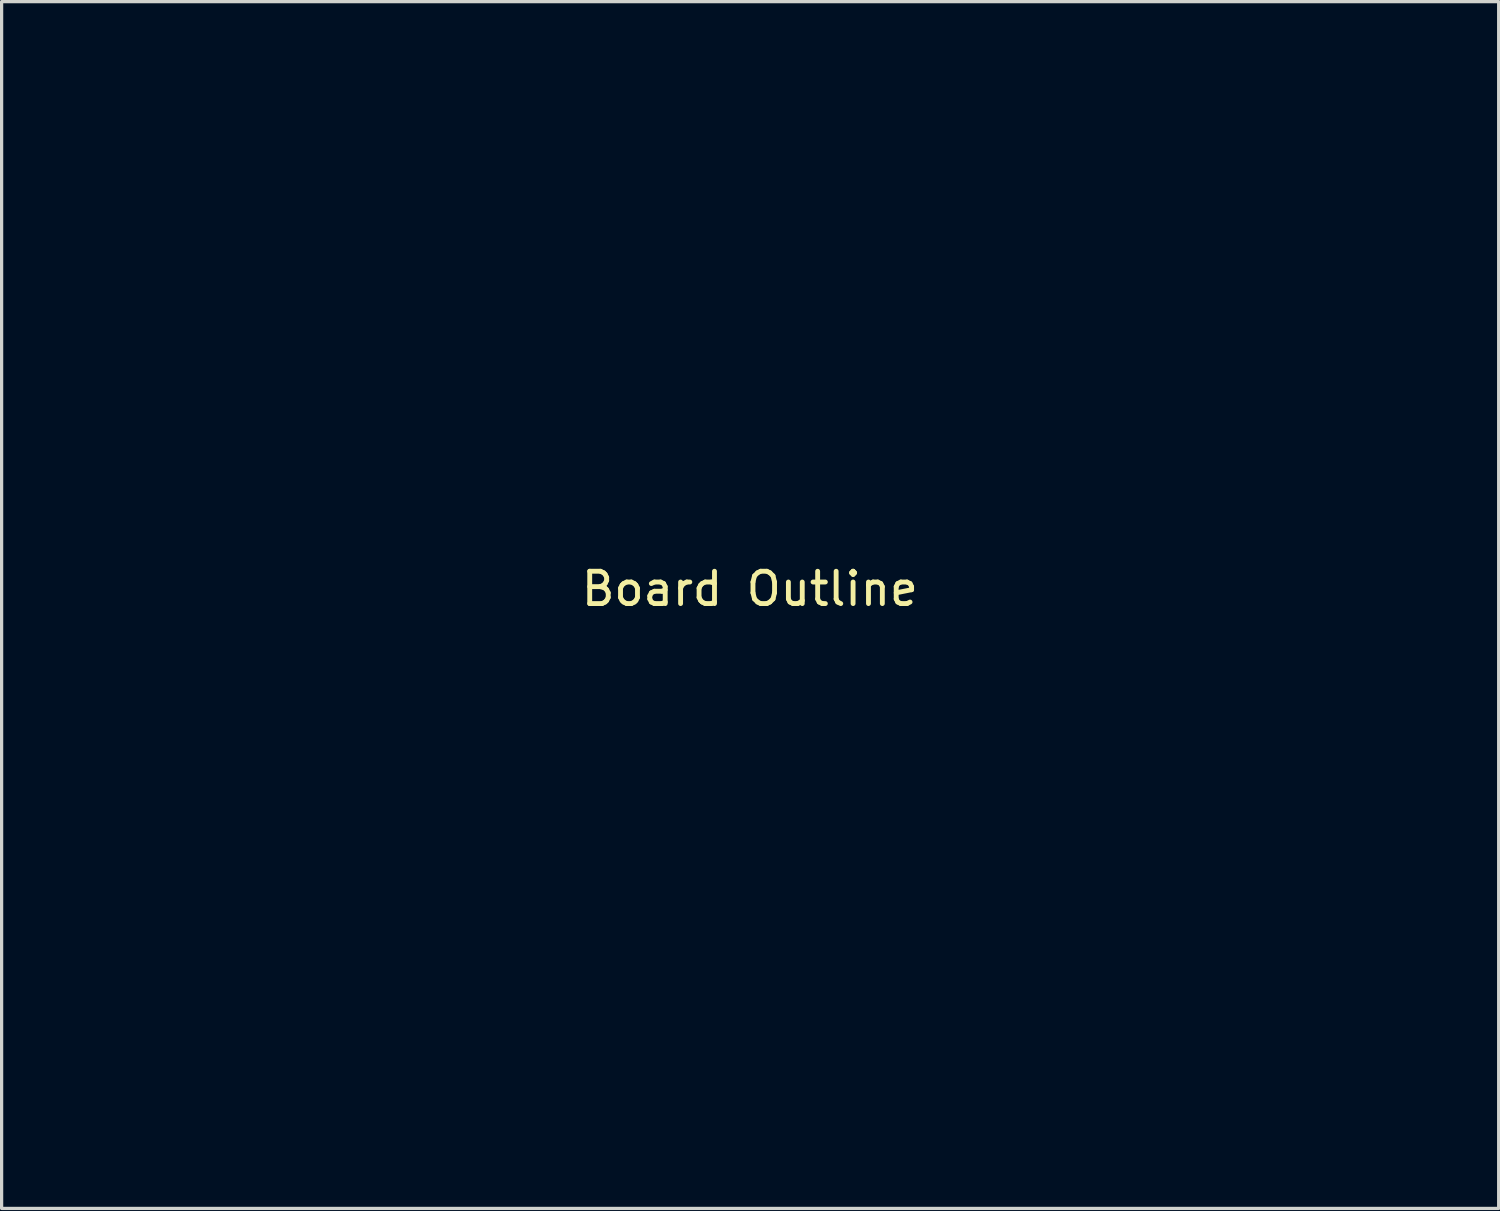
<source format=kicad_pcb>
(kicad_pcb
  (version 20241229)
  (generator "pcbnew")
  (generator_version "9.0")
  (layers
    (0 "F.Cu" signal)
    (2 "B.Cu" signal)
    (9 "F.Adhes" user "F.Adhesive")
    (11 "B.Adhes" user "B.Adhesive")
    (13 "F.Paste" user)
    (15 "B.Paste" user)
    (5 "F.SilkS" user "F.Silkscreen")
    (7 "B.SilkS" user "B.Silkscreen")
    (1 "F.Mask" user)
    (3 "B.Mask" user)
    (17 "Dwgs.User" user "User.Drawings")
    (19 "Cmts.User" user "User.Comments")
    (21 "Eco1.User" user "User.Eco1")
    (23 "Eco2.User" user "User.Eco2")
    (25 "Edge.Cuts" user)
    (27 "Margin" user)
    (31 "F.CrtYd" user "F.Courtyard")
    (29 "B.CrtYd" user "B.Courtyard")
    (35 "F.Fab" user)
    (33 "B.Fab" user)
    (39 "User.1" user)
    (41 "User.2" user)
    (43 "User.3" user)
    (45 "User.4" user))
  (footprint "Board Outline"
    (layer "F.Cu")
    (at 20.137 15.658)
    (property "Reference" "Board Outline" (at 0 -0.5 0) (unlocked yes) (layer "F.SilkS") (effects (font (size 1 1) (thickness 0.15))))
    (fp_poly (pts (xy 20.102 15.608) (xy -20.087 15.608) (xy -20.087 14.422) (xy -9.132 14.422) (xy -9.13 14.494) (xy -9.126 14.54) (xy -9.117 14.562) (xy -9.114 14.564) (xy -9.092 14.568) (xy -9.047 14.57) (xy -8.988 14.572) (xy -8.919 14.572) (xy -8.849 14.572) (xy -8.783 14.571) (xy -8.728 14.57) (xy -8.692 14.567) (xy -8.681 14.565) (xy -8.67 14.556) (xy -8.663 14.534) (xy -8.659 14.496) (xy -8.658 14.434) (xy -8.658 14.421) (xy -8.658 14.39) (xy -1.522 14.39) (xy -1.522 14.43) (xy -1.521 14.483) (xy -1.516 14.52) (xy -1.503 14.546) (xy -1.477 14.562) (xy -1.435 14.57) (xy -1.372 14.573) (xy -1.286 14.574) (xy -1.278 14.574) (xy -1.204 14.573) (xy -1.139 14.572) (xy -1.089 14.569) (xy -1.06 14.566) (xy -1.057 14.565) (xy -1.046 14.556) (xy -1.039 14.534) (xy -1.035 14.496) (xy -1.034 14.434) (xy -1.034 14.427) (xy 3.564 14.427) (xy 3.564 14.481) (xy 3.569 14.519) (xy 3.581 14.546) (xy 3.606 14.562) (xy 3.647 14.57) (xy 3.708 14.573) (xy 3.794 14.574) (xy 3.805 14.574) (xy 3.879 14.573) (xy 3.944 14.572) (xy 3.994 14.569) (xy 4.023 14.566) (xy 4.026 14.565) (xy 4.037 14.556) (xy 4.044 14.534) (xy 4.048 14.496) (xy 4.049 14.434) (xy 4.049 14.421) (xy 4.049 14.409) (xy 8.646 14.409) (xy 8.648 14.467) (xy 8.656 14.518) (xy 8.668 14.553) (xy 8.676 14.563) (xy 8.696 14.566) (xy 8.737 14.569) (xy 8.794 14.57) (xy 8.861 14.571) (xy 8.93 14.57) (xy 8.996 14.568) (xy 9.052 14.566) (xy 9.092 14.562) (xy 9.109 14.558) (xy 9.118 14.535) (xy 9.125 14.493) (xy 9.129 14.441) (xy 9.129 14.388) (xy 9.126 14.352) (xy 9.116 14.287) (xy 8.66 14.287) (xy 8.65 14.352) (xy 8.646 14.409) (xy 4.049 14.409) (xy 4.049 14.287) (xy 3.814 14.287) (xy 3.72 14.287) (xy 3.652 14.289) (xy 3.607 14.293) (xy 3.581 14.298) (xy 3.571 14.305) (xy 3.568 14.328) (xy 3.565 14.37) (xy 3.564 14.423) (xy 3.564 14.427) (xy -1.034 14.427) (xy -1.034 14.421) (xy -1.034 14.287) (xy -1.269 14.287) (xy -1.36 14.286) (xy -1.426 14.288) (xy -1.471 14.292) (xy -1.5 14.303) (xy -1.515 14.321) (xy -1.521 14.349) (xy -1.522 14.39) (xy -8.658 14.39) (xy -8.658 14.287) (xy -9.132 14.287) (xy -9.132 14.422) (xy -20.087 14.422) (xy -20.087 10.639) (xy -16.34 10.639) (xy -16.338 10.706) (xy -16.331 10.746) (xy -16.322 10.759) (xy -16.304 10.761) (xy -16.261 10.762) (xy -16.194 10.763) (xy -16.106 10.764) (xy -15.999 10.765) (xy -15.877 10.766) (xy -15.742 10.766) (xy -15.595 10.767) (xy -15.441 10.767) (xy -15.282 10.767) (xy -15.119 10.767) (xy -14.956 10.768) (xy -14.796 10.767) (xy -14.64 10.767) (xy -14.492 10.767) (xy -14.354 10.766) (xy -14.228 10.766) (xy -14.118 10.765) (xy -14.025 10.764) (xy -13.953 10.763) (xy -13.904 10.762) (xy -13.88 10.76) (xy -13.879 10.76) (xy -13.865 10.741) (xy -13.857 10.703) (xy -13.854 10.661) (xy 13.844 10.661) (xy 13.847 10.711) (xy 13.853 10.739) (xy 13.866 10.753) (xy 13.876 10.757) (xy 13.895 10.758) (xy 13.94 10.76) (xy 14.009 10.761) (xy 14.098 10.762) (xy 14.206 10.763) (xy 14.329 10.764) (xy 14.465 10.765) (xy 14.612 10.766) (xy 14.766 10.766) (xy 14.926 10.767) (xy 15.088 10.767) (xy 15.25 10.767) (xy 15.41 10.767) (xy 15.565 10.767) (xy 15.711 10.767) (xy 15.848 10.766) (xy 15.971 10.766) (xy 16.079 10.765) (xy 16.169 10.764) (xy 16.238 10.763) (xy 16.283 10.762) (xy 16.303 10.76) (xy 16.303 10.76) (xy 16.315 10.749) (xy 16.322 10.724) (xy 16.325 10.678) (xy 16.325 10.645) (xy 16.325 10.591) (xy 16.321 10.558) (xy 16.314 10.541) (xy 16.299 10.533) (xy 16.293 10.532) (xy 16.274 10.531) (xy 16.229 10.53) (xy 16.159 10.529) (xy 16.067 10.528) (xy 15.954 10.527) (xy 15.825 10.527) (xy 15.679 10.527) (xy 15.52 10.527) (xy 15.35 10.527) (xy 15.171 10.528) (xy 15.065 10.528) (xy 14.849 10.529) (xy 14.661 10.529) (xy 14.497 10.53) (xy 14.357 10.531) (xy 14.239 10.532) (xy 14.14 10.534) (xy 14.06 10.535) (xy 13.996 10.537) (xy 13.946 10.539) (xy 13.909 10.541) (xy 13.884 10.544) (xy 13.867 10.547) (xy 13.858 10.551) (xy 13.855 10.553) (xy 13.848 10.579) (xy 13.844 10.622) (xy 13.844 10.661) (xy -13.854 10.661) (xy -13.854 10.655) (xy -13.856 10.605) (xy -13.862 10.563) (xy -13.874 10.537) (xy -13.879 10.533) (xy -13.897 10.532) (xy -13.941 10.531) (xy -14.009 10.529) (xy -14.1 10.528) (xy -14.211 10.527) (xy -14.34 10.527) (xy -14.485 10.526) (xy -14.644 10.525) (xy -14.814 10.525) (xy -14.994 10.525) (xy -15.121 10.525) (xy -16.34 10.525) (xy -16.34 10.639) (xy -20.087 10.639) (xy -20.087 8.888) (xy -10.582 8.888) (xy -10.209 8.888) (xy 19.599 8.888) (xy 19.784 8.888) (xy 19.862 8.887) (xy 19.916 8.885) (xy 19.95 8.882) (xy 19.969 8.875) (xy 19.978 8.866) (xy 19.978 8.865) (xy 19.98 8.846) (xy 19.982 8.802) (xy 19.983 8.733) (xy 19.984 8.644) (xy 19.985 8.537) (xy 19.986 8.415) (xy 19.986 8.279) (xy 19.987 8.133) (xy 19.987 7.978) (xy 19.987 7.819) (xy 19.987 7.657) (xy 19.986 7.495) (xy 19.986 7.335) (xy 19.985 7.18) (xy 19.984 7.033) (xy 19.983 6.896) (xy 19.982 6.772) (xy 19.981 6.664) (xy 19.979 6.573) (xy 19.977 6.503) (xy 19.976 6.456) (xy 19.974 6.435) (xy 19.974 6.434) (xy 19.953 6.423) (xy 19.911 6.414) (xy 19.854 6.408) (xy 19.79 6.404) (xy 19.727 6.405) (xy 19.67 6.409) (xy 19.665 6.41) (xy 19.599 6.42) (xy 19.599 8.888) (xy -10.209 8.888) (xy -10.209 6.812) (xy -9.132 6.812) (xy -9.13 6.884) (xy -9.126 6.93) (xy -9.117 6.952) (xy -9.114 6.954) (xy -9.092 6.958) (xy -9.047 6.96) (xy -8.987 6.962) (xy -8.919 6.962) (xy -8.849 6.962) (xy -8.785 6.961) (xy -8.731 6.959) (xy -8.697 6.956) (xy -8.69 6.955) (xy -8.675 6.949) (xy -8.666 6.938) (xy -8.661 6.915) (xy -8.659 6.875) (xy -8.658 6.857) (xy -1.521 6.857) (xy -1.518 6.901) (xy -1.507 6.931) (xy -1.484 6.949) (xy -1.445 6.959) (xy -1.385 6.963) (xy -1.302 6.964) (xy -1.278 6.964) (xy -1.204 6.963) (xy -1.139 6.962) (xy -1.089 6.959) (xy -1.06 6.956) (xy -1.057 6.955) (xy -1.046 6.946) (xy -1.039 6.924) (xy -1.035 6.886) (xy -1.034 6.824) (xy -1.034 6.812) (xy -1.034 6.786) (xy 3.561 6.786) (xy 3.561 6.83) (xy 3.562 6.879) (xy 3.567 6.914) (xy 3.582 6.938) (xy 3.608 6.952) (xy 3.652 6.96) (xy 3.716 6.963) (xy 3.805 6.964) (xy 3.879 6.963) (xy 3.944 6.962) (xy 3.994 6.959) (xy 4.023 6.956) (xy 4.026 6.955) (xy 4.037 6.946) (xy 4.044 6.924) (xy 4.048 6.886) (xy 4.049 6.824) (xy 4.049 6.812) (xy 4.049 6.786) (xy 8.645 6.786) (xy 8.645 6.849) (xy 8.653 6.902) (xy 8.668 6.94) (xy 8.685 6.954) (xy 8.713 6.958) (xy 8.761 6.96) (xy 8.822 6.962) (xy 8.89 6.962) (xy 8.958 6.961) (xy 9.019 6.959) (xy 9.068 6.957) (xy 9.096 6.953) (xy 9.1 6.951) (xy 9.113 6.93) (xy 9.123 6.889) (xy 9.129 6.836) (xy 9.131 6.781) (xy 9.127 6.732) (xy 9.126 6.728) (xy 9.116 6.677) (xy 8.662 6.677) (xy 8.653 6.722) (xy 8.645 6.786) (xy 4.049 6.786) (xy 4.049 6.677) (xy 3.814 6.677) (xy 3.723 6.677) (xy 3.657 6.678) (xy 3.612 6.682) (xy 3.584 6.693) (xy 3.568 6.713) (xy 3.562 6.743) (xy 3.561 6.786) (xy -1.034 6.786) (xy -1.034 6.677) (xy -1.516 6.677) (xy -1.52 6.797) (xy -1.521 6.857) (xy -8.658 6.857) (xy -8.658 6.812) (xy -8.658 6.677) (xy -9.132 6.677) (xy -9.132 6.812) (xy -10.209 6.812) (xy -10.209 6.422) (xy -10.254 6.413) (xy -10.292 6.408) (xy -10.346 6.405) (xy -10.395 6.404) (xy -10.453 6.405) (xy -10.506 6.409) (xy -10.537 6.413) (xy -10.582 6.422) (xy -10.582 8.888) (xy -20.087 8.888) (xy -20.087 4.644) (xy -16.584 4.644) (xy -16.583 4.722) (xy -16.579 4.775) (xy -16.573 4.805) (xy -16.566 4.815) (xy -16.548 4.817) (xy -16.503 4.818) (xy -16.434 4.82) (xy -16.344 4.821) (xy -16.234 4.822) (xy -16.108 4.822) (xy -15.967 4.823) (xy -15.814 4.824) (xy -15.651 4.824) (xy -15.481 4.824) (xy -15.305 4.824) (xy -15.127 4.824) (xy -14.948 4.823) (xy -14.772 4.823) (xy -14.599 4.822) (xy -14.434 4.821) (xy -14.277 4.82) (xy -14.131 4.819) (xy -14 4.818) (xy -13.884 4.817) (xy -13.787 4.815) (xy -13.71 4.814) (xy -13.657 4.812) (xy -13.629 4.81) (xy -13.625 4.81) (xy -13.613 4.8) (xy -13.605 4.784) (xy -13.6 4.756) (xy -13.598 4.711) (xy -13.597 4.644) (xy 13.597 4.644) (xy 13.598 4.716) (xy 13.6 4.763) (xy 13.604 4.792) (xy 13.611 4.808) (xy 13.621 4.814) (xy 13.623 4.815) (xy 13.643 4.816) (xy 13.689 4.817) (xy 13.759 4.819) (xy 13.85 4.82) (xy 13.96 4.821) (xy 14.088 4.821) (xy 14.229 4.822) (xy 14.382 4.822) (xy 14.545 4.823) (xy 14.716 4.823) (xy 14.891 4.823) (xy 15.069 4.823) (xy 15.247 4.822) (xy 15.423 4.822) (xy 15.594 4.821) (xy 15.759 4.821) (xy 15.915 4.82) (xy 16.059 4.819) (xy 16.19 4.818) (xy 16.304 4.817) (xy 16.4 4.815) (xy 16.475 4.814) (xy 16.526 4.813) (xy 16.553 4.811) (xy 16.555 4.81) (xy 16.566 4.79) (xy 16.574 4.75) (xy 16.581 4.695) (xy 16.584 4.636) (xy 16.585 4.578) (xy 16.581 4.531) (xy 16.578 4.515) (xy 16.569 4.48) (xy 13.597 4.48) (xy 13.597 4.644) (xy -13.597 4.644) (xy -13.597 4.643) (xy -13.597 4.637) (xy -13.597 4.48) (xy -16.584 4.48) (xy -16.584 4.644) (xy -20.087 4.644) (xy -20.087 2.541) (xy -1.539 2.541) (xy -1.525 2.753) (xy -1.484 2.956) (xy -1.417 3.15) (xy -1.325 3.333) (xy -1.208 3.502) (xy -1.091 3.632) (xy -0.931 3.773) (xy -0.758 3.888) (xy -0.574 3.977) (xy -0.381 4.04) (xy -0.18 4.076) (xy 0.026 4.084) (xy 0.236 4.064) (xy 0.311 4.05) (xy 0.507 3.996) (xy 0.691 3.918) (xy 0.862 3.813) (xy 1.024 3.683) (xy 1.069 3.64) (xy 1.168 3.538) (xy 1.247 3.441) (xy 1.314 3.341) (xy 1.375 3.229) (xy 1.387 3.204) (xy 1.462 3.015) (xy 1.51 2.818) (xy 1.532 2.617) (xy 1.528 2.416) (xy 1.497 2.216) (xy 1.44 2.021) (xy 1.357 1.834) (xy 1.331 1.788) (xy 1.213 1.61) (xy 1.075 1.452) (xy 0.92 1.317) (xy 0.748 1.204) (xy 0.561 1.114) (xy 0.36 1.05) (xy 0.323 1.041) (xy 0.229 1.026) (xy 0.117 1.016) (xy -0.003 1.013) (xy -0.122 1.016) (xy -0.23 1.026) (xy -0.309 1.039) (xy -0.52 1.1) (xy -0.715 1.185) (xy -0.893 1.292) (xy -1.053 1.421) (xy -1.194 1.571) (xy -1.315 1.741) (xy -1.374 1.846) (xy -1.452 2.021) (xy -1.504 2.201) (xy -1.533 2.39) (xy -1.539 2.541) (xy -20.087 2.541) (xy -20.087 -0.333) (xy -16.598 -0.333) (xy -16.586 -0.234) (xy -16.551 -0.148) (xy -16.497 -0.078) (xy -16.428 -0.026) (xy -16.347 0.006) (xy -16.258 0.015) (xy -16.165 -0.001) (xy -16.117 -0.02) (xy -16.034 -0.072) (xy -15.974 -0.141) (xy -15.936 -0.222) (xy -15.923 -0.312) (xy -15.925 -0.328) (xy 15.909 -0.328) (xy 15.917 -0.275) (xy 15.936 -0.212) (xy 15.962 -0.15) (xy 15.986 -0.111) (xy 16.047 -0.05) (xy 16.125 -0.009) (xy 16.213 0.012) (xy 16.304 0.01) (xy 16.394 -0.016) (xy 16.41 -0.023) (xy 16.488 -0.077) (xy 16.544 -0.145) (xy 16.579 -0.225) (xy 16.592 -0.311) (xy 16.582 -0.398) (xy 16.548 -0.483) (xy 16.491 -0.56) (xy 16.481 -0.57) (xy 16.406 -0.623) (xy 16.32 -0.654) (xy 16.23 -0.661) (xy 16.142 -0.642) (xy 16.132 -0.638) (xy 16.057 -0.594) (xy 15.992 -0.531) (xy 15.943 -0.457) (xy 15.915 -0.378) (xy 15.909 -0.328) (xy -15.925 -0.328) (xy -15.935 -0.404) (xy -15.961 -0.471) (xy -16.016 -0.553) (xy -16.087 -0.613) (xy -16.17 -0.649) (xy -16.261 -0.661) (xy -16.355 -0.646) (xy -16.405 -0.627) (xy -16.488 -0.574) (xy -16.549 -0.504) (xy -16.587 -0.421) (xy -16.598 -0.333) (xy -20.087 -0.333) (xy -20.087 -1.515) (xy -4.657 -1.515) (xy -4.643 -1.438) (xy -4.623 -1.394) (xy -4.573 -1.333) (xy -4.509 -1.294) (xy -4.436 -1.278) (xy -4.358 -1.287) (xy -4.308 -1.306) (xy -4.246 -1.352) (xy -4.205 -1.41) (xy -4.185 -1.475) (xy -4.185 -1.496) (xy -2.118 -1.496) (xy -2.101 -1.429) (xy -2.069 -1.366) (xy -2.066 -1.362) (xy -2.017 -1.316) (xy -1.952 -1.288) (xy -1.879 -1.279) (xy -1.805 -1.291) (xy -1.759 -1.311) (xy -1.697 -1.361) (xy -1.657 -1.425) (xy -1.641 -1.498) (xy -1.643 -1.514) (xy 0.425 -1.514) (xy 0.437 -1.435) (xy 0.471 -1.369) (xy 0.523 -1.318) (xy 0.587 -1.287) (xy 0.66 -1.276) (xy 0.736 -1.29) (xy 0.782 -1.31) (xy 0.844 -1.36) (xy 0.882 -1.426) (xy 0.896 -1.508) (xy 0.896 -1.515) (xy 2.966 -1.515) (xy 2.978 -1.434) (xy 3.013 -1.368) (xy 3.064 -1.318) (xy 3.129 -1.287) (xy 3.201 -1.277) (xy 3.278 -1.292) (xy 3.326 -1.314) (xy 3.387 -1.365) (xy 3.425 -1.429) (xy 3.439 -1.502) (xy 3.43 -1.578) (xy 3.395 -1.653) (xy 3.385 -1.667) (xy 3.333 -1.716) (xy 3.265 -1.744) (xy 3.191 -1.751) (xy 3.116 -1.735) (xy 3.085 -1.72) (xy 3.021 -1.669) (xy 2.981 -1.603) (xy 2.966 -1.523) (xy 2.966 -1.515) (xy 0.896 -1.515) (xy 0.896 -1.516) (xy 0.884 -1.595) (xy 0.849 -1.661) (xy 0.798 -1.711) (xy 0.733 -1.742) (xy 0.661 -1.752) (xy 0.584 -1.738) (xy 0.536 -1.715) (xy 0.476 -1.667) (xy 0.439 -1.605) (xy 0.425 -1.526) (xy 0.425 -1.514) (xy -1.643 -1.514) (xy -1.65 -1.574) (xy -1.684 -1.649) (xy -1.736 -1.705) (xy -1.8 -1.739) (xy -1.869 -1.752) (xy -1.938 -1.744) (xy -2.004 -1.716) (xy -2.059 -1.67) (xy -2.1 -1.607) (xy -2.117 -1.554) (xy -2.118 -1.496) (xy -4.185 -1.496) (xy -4.184 -1.543) (xy -4.202 -1.609) (xy -4.236 -1.667) (xy -4.287 -1.714) (xy -4.352 -1.743) (xy -4.416 -1.752) (xy -4.497 -1.739) (xy -4.564 -1.705) (xy -4.615 -1.653) (xy -4.647 -1.588) (xy -4.657 -1.515) (xy -20.087 -1.515) (xy -20.087 -2.835) (xy -16.598 -2.835) (xy -16.576 -2.742) (xy -16.528 -2.653) (xy -16.471 -2.594) (xy -16.396 -2.553) (xy -16.311 -2.531) (xy -16.222 -2.529) (xy -16.136 -2.549) (xy -16.117 -2.557) (xy -16.034 -2.611) (xy -15.974 -2.681) (xy -15.937 -2.765) (xy -15.927 -2.855) (xy 15.912 -2.855) (xy 15.929 -2.762) (xy 15.929 -2.761) (xy 15.973 -2.673) (xy 16.035 -2.603) (xy 16.111 -2.555) (xy 16.197 -2.529) (xy 16.289 -2.528) (xy 16.383 -2.553) (xy 16.414 -2.567) (xy 16.491 -2.622) (xy 16.546 -2.692) (xy 16.58 -2.773) (xy 16.592 -2.86) (xy 16.579 -2.949) (xy 16.543 -3.034) (xy 16.501 -3.09) (xy 16.426 -3.154) (xy 16.341 -3.191) (xy 16.259 -3.202) (xy 16.172 -3.192) (xy 16.093 -3.159) (xy 16.021 -3.105) (xy 15.96 -3.031) (xy 15.923 -2.946) (xy 15.912 -2.855) (xy -15.927 -2.855) (xy -15.926 -2.861) (xy -15.927 -2.883) (xy -15.948 -2.982) (xy -15.993 -3.066) (xy -16.062 -3.134) (xy -16.088 -3.151) (xy -16.131 -3.175) (xy -16.169 -3.188) (xy -16.215 -3.194) (xy -16.261 -3.195) (xy -16.32 -3.193) (xy -16.363 -3.186) (xy -16.401 -3.17) (xy -16.434 -3.151) (xy -16.511 -3.088) (xy -16.565 -3.012) (xy -16.594 -2.926) (xy -16.598 -2.835) (xy -20.087 -2.835) (xy -20.087 -4.059) (xy -3.381 -4.059) (xy -3.371 -3.976) (xy -3.34 -3.91) (xy -3.284 -3.857) (xy -3.268 -3.847) (xy -3.214 -3.826) (xy -3.147 -3.82) (xy -3.082 -3.827) (xy -3.045 -3.84) (xy -3.011 -3.864) (xy -2.972 -3.899) (xy -2.96 -3.912) (xy -2.933 -3.947) (xy -2.92 -3.979) (xy -2.915 -4.022) (xy -2.915 -4.047) (xy -2.922 -4.106) (xy -0.845 -4.106) (xy -0.845 -4.057) (xy -0.844 -4.045) (xy -0.83 -3.969) (xy -0.798 -3.91) (xy -0.744 -3.859) (xy -0.732 -3.852) (xy -0.676 -3.828) (xy -0.608 -3.819) (xy -0.542 -3.826) (xy -0.505 -3.84) (xy -0.47 -3.863) (xy -0.432 -3.897) (xy -0.424 -3.905) (xy -0.4 -3.932) (xy -0.387 -3.959) (xy -0.382 -3.994) (xy -0.381 -4.041) (xy 1.697 -4.041) (xy 1.708 -3.976) (xy 1.731 -3.925) (xy 1.733 -3.923) (xy 1.79 -3.866) (xy 1.858 -3.831) (xy 1.932 -3.817) (xy 2.004 -3.827) (xy 2.054 -3.852) (xy 2.096 -3.887) (xy 2.133 -3.929) (xy 2.137 -3.935) (xy 2.163 -3.997) (xy 2.166 -4.046) (xy 4.237 -4.046) (xy 4.244 -3.984) (xy 4.256 -3.951) (xy 4.283 -3.912) (xy 4.321 -3.872) (xy 4.359 -3.84) (xy 4.379 -3.829) (xy 4.421 -3.822) (xy 4.477 -3.823) (xy 4.536 -3.832) (xy 4.585 -3.847) (xy 4.606 -3.857) (xy 4.641 -3.89) (xy 4.674 -3.93) (xy 4.677 -3.934) (xy 4.704 -3.998) (xy 4.708 -4.069) (xy 4.69 -4.141) (xy 4.653 -4.207) (xy 4.597 -4.26) (xy 4.594 -4.262) (xy 4.532 -4.288) (xy 4.461 -4.292) (xy 4.39 -4.276) (xy 4.325 -4.241) (xy 4.273 -4.19) (xy 4.257 -4.164) (xy 4.241 -4.111) (xy 4.237 -4.046) (xy 2.166 -4.046) (xy 2.167 -4.068) (xy 2.15 -4.139) (xy 2.115 -4.204) (xy 2.063 -4.256) (xy 2.036 -4.273) (xy 1.97 -4.292) (xy 1.897 -4.289) (xy 1.826 -4.265) (xy 1.764 -4.224) (xy 1.718 -4.168) (xy 1.714 -4.161) (xy 1.699 -4.107) (xy 1.697 -4.041) (xy -0.381 -4.041) (xy -0.38 -4.048) (xy -0.38 -4.049) (xy -0.386 -4.123) (xy -0.405 -4.179) (xy -0.442 -4.225) (xy -0.488 -4.261) (xy -0.552 -4.288) (xy -0.623 -4.292) (xy -0.695 -4.274) (xy -0.761 -4.236) (xy -0.814 -4.18) (xy -0.816 -4.178) (xy -0.836 -4.142) (xy -0.845 -4.106) (xy -2.922 -4.106) (xy -2.925 -4.13) (xy -2.959 -4.197) (xy -3.018 -4.253) (xy -3.028 -4.261) (xy -3.092 -4.287) (xy -3.164 -4.291) (xy -3.237 -4.274) (xy -3.303 -4.237) (xy -3.351 -4.188) (xy -3.37 -4.153) (xy -3.379 -4.108) (xy -3.381 -4.059) (xy -20.087 -4.059) (xy -20.087 -6.403) (xy -16.598 -6.403) (xy -16.586 -6.313) (xy -16.551 -6.229) (xy -16.497 -6.158) (xy -16.428 -6.105) (xy -16.348 -6.074) (xy -16.344 -6.073) (xy -16.261 -6.067) (xy -16.176 -6.078) (xy -16.101 -6.106) (xy -16.089 -6.113) (xy -16.011 -6.176) (xy -15.957 -6.251) (xy -15.928 -6.335) (xy -15.926 -6.381) (xy 15.915 -6.381) (xy 15.931 -6.302) (xy 15.966 -6.23) (xy 16.017 -6.165) (xy 16.077 -6.112) (xy 16.141 -6.08) (xy 16.155 -6.076) (xy 16.234 -6.067) (xy 16.318 -6.074) (xy 16.393 -6.094) (xy 16.412 -6.103) (xy 16.489 -6.157) (xy 16.546 -6.229) (xy 16.581 -6.314) (xy 16.592 -6.406) (xy 16.578 -6.493) (xy 16.539 -6.583) (xy 16.48 -6.656) (xy 16.406 -6.708) (xy 16.321 -6.737) (xy 16.229 -6.741) (xy 16.164 -6.729) (xy 16.075 -6.689) (xy 16.002 -6.63) (xy 15.95 -6.557) (xy 15.92 -6.472) (xy 15.915 -6.381) (xy -15.926 -6.381) (xy -15.924 -6.423) (xy -15.944 -6.511) (xy -15.991 -6.595) (xy -16.032 -6.643) (xy -16.077 -6.685) (xy -16.116 -6.711) (xy -16.158 -6.727) (xy -16.186 -6.733) (xy -16.283 -6.74) (xy -16.373 -6.722) (xy -16.454 -6.681) (xy -16.52 -6.621) (xy -16.568 -6.545) (xy -16.594 -6.455) (xy -16.598 -6.403) (xy -20.087 -6.403) (xy -20.087 -8.922) (xy -16.598 -8.922) (xy -16.577 -8.829) (xy -16.559 -8.786) (xy -16.504 -8.708) (xy -16.434 -8.651) (xy -16.352 -8.616) (xy -16.264 -8.605) (xy -16.172 -8.619) (xy -16.083 -8.658) (xy -16.072 -8.665) (xy -16.001 -8.728) (xy -15.952 -8.805) (xy -15.927 -8.892) (xy -15.928 -8.984) (xy -15.955 -9.076) (xy -15.958 -9.082) (xy -15.998 -9.153) (xy -16.043 -9.203) (xy -16.101 -9.242) (xy -16.107 -9.245) (xy -16.192 -9.277) (xy -16.274 -9.283) (xy -16.346 -9.269) (xy -16.438 -9.229) (xy -16.511 -9.171) (xy -16.563 -9.097) (xy -16.592 -9.013) (xy -16.598 -8.922) (xy -20.087 -8.922) (xy -20.087 -10.36) (xy -7.24 -10.36) (xy -7.226 -10.145) (xy -7.185 -9.937) (xy -7.118 -9.74) (xy -7.025 -9.553) (xy -6.906 -9.38) (xy -6.796 -9.254) (xy -6.658 -9.124) (xy -6.515 -9.017) (xy -6.362 -8.93) (xy -6.195 -8.861) (xy -6.009 -8.808) (xy -5.887 -8.782) (xy -5.861 -8.78) (xy -5.812 -8.779) (xy -5.745 -8.778) (xy -5.667 -8.779) (xy -5.614 -8.78) (xy -5.506 -8.783) (xy -5.421 -8.789) (xy -5.353 -8.797) (xy -5.296 -8.808) (xy -5.277 -8.813) (xy -5.063 -8.885) (xy -4.868 -8.979) (xy -4.691 -9.094) (xy -4.534 -9.231) (xy -4.395 -9.389) (xy -4.277 -9.568) (xy -4.229 -9.658) (xy -4.15 -9.848) (xy -4.097 -10.045) (xy -4.071 -10.245) (xy -4.071 -10.36) (xy 4.062 -10.36) (xy 4.076 -10.143) (xy 4.116 -9.936) (xy 4.184 -9.739) (xy 4.278 -9.553) (xy 4.399 -9.377) (xy 4.464 -9.299) (xy 4.609 -9.155) (xy 4.771 -9.031) (xy 4.947 -8.929) (xy 5.131 -8.852) (xy 5.249 -8.817) (xy 5.311 -8.802) (xy 5.361 -8.791) (xy 5.406 -8.784) (xy 5.453 -8.78) (xy 5.508 -8.778) (xy 5.577 -8.778) (xy 5.667 -8.78) (xy 5.686 -8.78) (xy 5.793 -8.783) (xy 5.878 -8.789) (xy 5.946 -8.796) (xy 6.003 -8.807) (xy 6.024 -8.813) (xy 6.212 -8.874) (xy 6.364 -8.941) (xy 15.915 -8.941) (xy 15.927 -8.854) (xy 15.963 -8.772) (xy 16.022 -8.698) (xy 16.032 -8.69) (xy 16.075 -8.656) (xy 16.119 -8.629) (xy 16.142 -8.619) (xy 16.206 -8.609) (xy 16.282 -8.61) (xy 16.356 -8.623) (xy 16.406 -8.641) (xy 16.484 -8.695) (xy 16.54 -8.763) (xy 16.575 -8.841) (xy 16.59 -8.923) (xy 16.585 -9.007) (xy 16.56 -9.087) (xy 16.516 -9.159) (xy 16.453 -9.219) (xy 16.372 -9.261) (xy 16.35 -9.268) (xy 16.272 -9.284) (xy 16.202 -9.28) (xy 16.13 -9.256) (xy 16.089 -9.235) (xy 16.013 -9.18) (xy 15.958 -9.109) (xy 15.925 -9.028) (xy 15.915 -8.941) (xy 6.364 -8.941) (xy 6.381 -8.949) (xy 6.537 -9.043) (xy 6.686 -9.158) (xy 6.725 -9.192) (xy 6.868 -9.34) (xy 6.988 -9.504) (xy 7.085 -9.681) (xy 7.158 -9.868) (xy 7.207 -10.063) (xy 7.231 -10.263) (xy 7.23 -10.465) (xy 7.203 -10.666) (xy 7.149 -10.865) (xy 7.091 -11.011) (xy 6.99 -11.197) (xy 6.867 -11.367) (xy 6.723 -11.519) (xy 6.561 -11.651) (xy 6.384 -11.761) (xy 6.193 -11.848) (xy 6.035 -11.898) (xy 5.974 -11.913) (xy 5.919 -11.923) (xy 5.862 -11.93) (xy 5.794 -11.934) (xy 5.71 -11.936) (xy 5.664 -11.936) (xy 5.51 -11.933) (xy 5.374 -11.92) (xy 5.249 -11.895) (xy 5.126 -11.856) (xy 4.995 -11.801) (xy 4.921 -11.765) (xy 4.811 -11.704) (xy 4.713 -11.639) (xy 4.618 -11.563) (xy 4.525 -11.475) (xy 4.382 -11.315) (xy 4.266 -11.143) (xy 4.175 -10.959) (xy 4.111 -10.763) (xy 4.073 -10.557) (xy 4.062 -10.36) (xy -4.071 -10.36) (xy -4.071 -10.447) (xy -4.096 -10.647) (xy -4.147 -10.843) (xy -4.222 -11.032) (xy -4.321 -11.211) (xy -4.444 -11.378) (xy -4.508 -11.448) (xy -4.667 -11.596) (xy -4.838 -11.717) (xy -5.023 -11.814) (xy -5.222 -11.886) (xy -5.32 -11.911) (xy -5.387 -11.923) (xy -5.463 -11.931) (xy -5.554 -11.935) (xy -5.657 -11.937) (xy -5.75 -11.936) (xy -5.822 -11.934) (xy -5.881 -11.929) (xy -5.936 -11.92) (xy -5.995 -11.907) (xy -6.028 -11.899) (xy -6.142 -11.864) (xy -6.267 -11.815) (xy -6.391 -11.757) (xy -6.504 -11.696) (xy -6.558 -11.662) (xy -6.659 -11.584) (xy -6.763 -11.49) (xy -6.86 -11.388) (xy -6.942 -11.286) (xy -6.963 -11.255) (xy -7.068 -11.081) (xy -7.147 -10.908) (xy -7.2 -10.731) (xy -7.231 -10.546) (xy -7.24 -10.36) (xy -20.087 -10.36) (xy -20.087 -15.608) (xy 20.102 -15.608)) (stroke (width 0.1) (type solid)) (fill no) (layer "Eco1.User")))
  (gr_rect
    (start -3 -3)
    (end 43.289 34.315)
    (stroke (width 0.1) (type default))
    (fill no)
    (layer "Edge.Cuts")))
</source>
